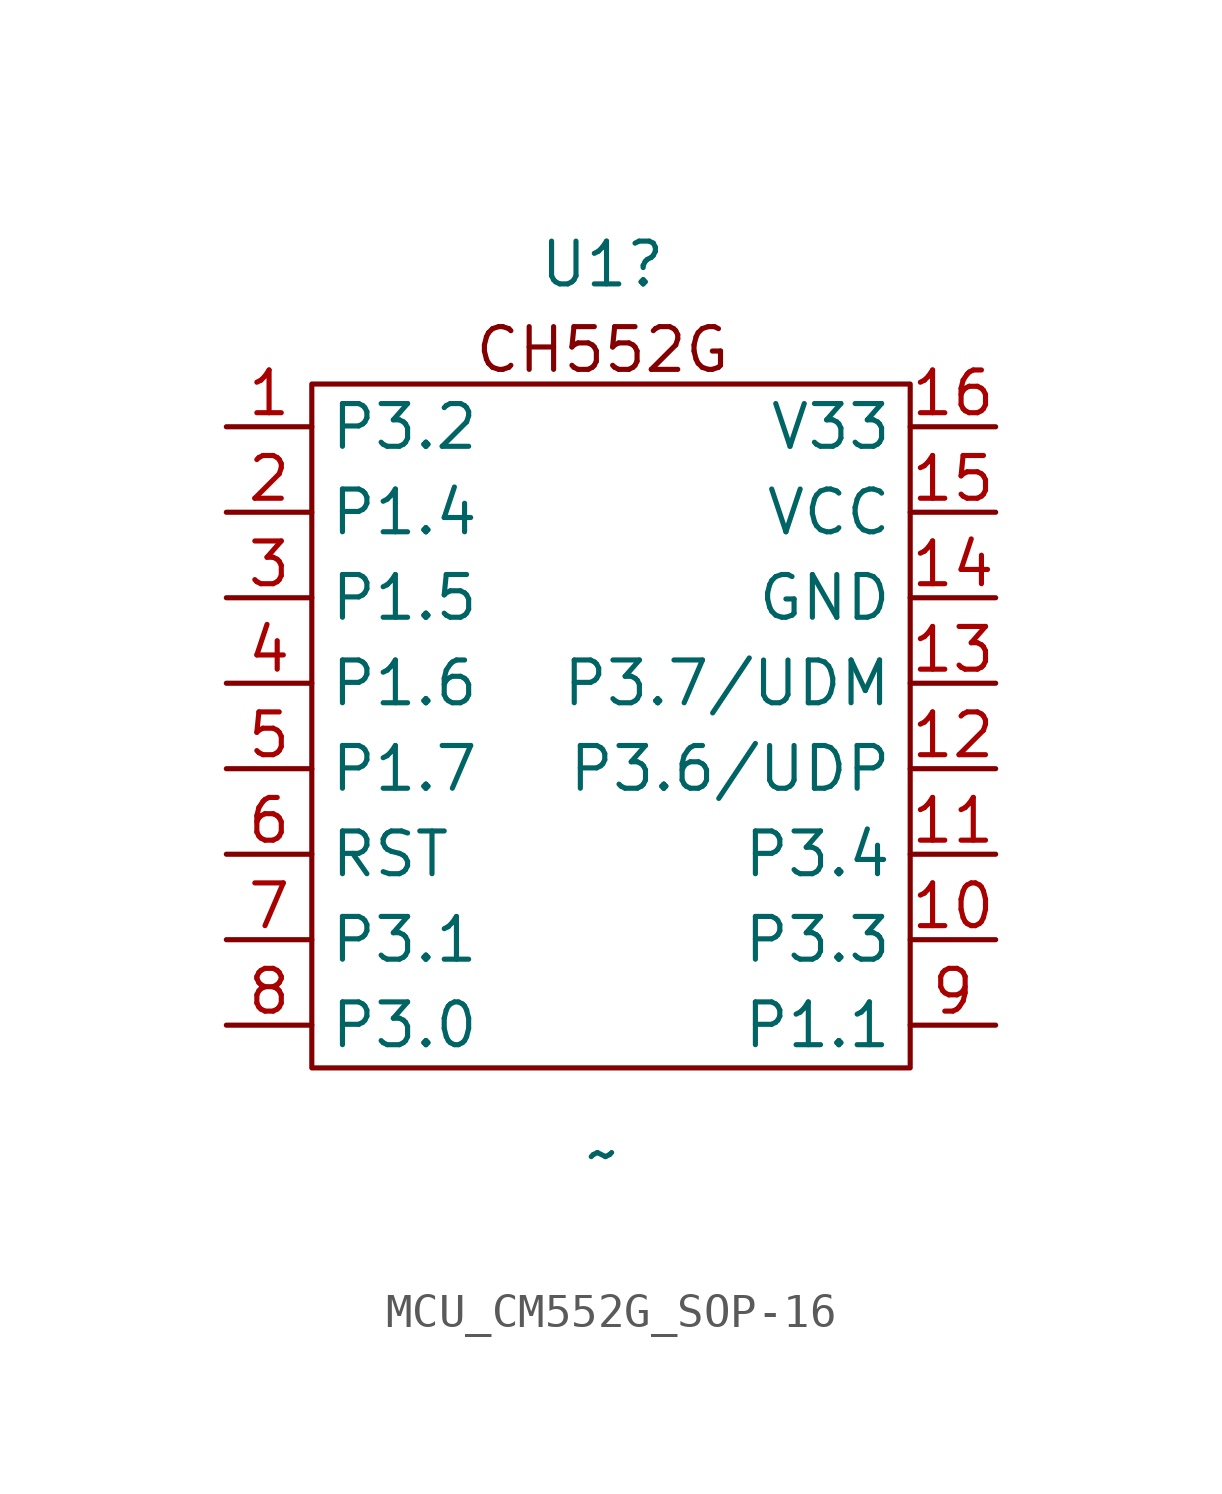
<source format=kicad_sym>
(kicad_symbol_lib
  (version 20220914)
  (generator kicad_symbol_editor)
  (symbol "MCU_CM552G_SOP-16"
    (property "Reference" "U1"
      (at 0 13.716 0)
      (effects (font (size 1.27 1.27))))
    (property "Value" "~"
      (at 0 -12.7 0)
      (effects (font (size 1.27 1.27))))
    (symbol "MCU_CM552G_SOP-16_0_1"
      (rectangle (start -8.636 10.16) (end 9.144 -10.16) (stroke (width 0) (type default)) (fill (type none))))
    (symbol "MCU_CM552G_SOP-16_1_1"
      (text "CH552G\n" (at 0 11.176 0) (effects (font (size 1.27 1.27))))
      (pin input line (at -11.176 8.89 0) (length 2.54) (name "P3.2" (effects (font (size 1.27 1.27)))) (number "1" (effects (font (size 1.27 1.27)))))
      (pin input line (at 11.684 -6.35 180) (length 2.54) (name "P3.3" (effects (font (size 1.27 1.27)))) (number "10" (effects (font (size 1.27 1.27)))))
      (pin input line (at 11.684 -3.81 180) (length 2.54) (name "P3.4" (effects (font (size 1.27 1.27)))) (number "11" (effects (font (size 1.27 1.27)))))
      (pin input line (at 11.684 -1.27 180) (length 2.54) (name "P3.6/UDP" (effects (font (size 1.27 1.27)))) (number "12" (effects (font (size 1.27 1.27)))))
      (pin input line (at 11.684 1.27 180) (length 2.54) (name "P3.7/UDM" (effects (font (size 1.27 1.27)))) (number "13" (effects (font (size 1.27 1.27)))))
      (pin input line (at 11.684 3.81 180) (length 2.54) (name "GND" (effects (font (size 1.27 1.27)))) (number "14" (effects (font (size 1.27 1.27)))))
      (pin input line (at 11.684 6.35 180) (length 2.54) (name "VCC" (effects (font (size 1.27 1.27)))) (number "15" (effects (font (size 1.27 1.27)))))
      (pin input line (at 11.684 8.89 180) (length 2.54) (name "V33" (effects (font (size 1.27 1.27)))) (number "16" (effects (font (size 1.27 1.27)))))
      (pin input line (at -11.176 6.35 0) (length 2.54) (name "P1.4" (effects (font (size 1.27 1.27)))) (number "2" (effects (font (size 1.27 1.27)))))
      (pin input line (at -11.176 3.81 0) (length 2.54) (name "P1.5" (effects (font (size 1.27 1.27)))) (number "3" (effects (font (size 1.27 1.27)))))
      (pin input line (at -11.176 1.27 0) (length 2.54) (name "P1.6" (effects (font (size 1.27 1.27)))) (number "4" (effects (font (size 1.27 1.27)))))
      (pin input line (at -11.176 -1.27 0) (length 2.54) (name "P1.7" (effects (font (size 1.27 1.27)))) (number "5" (effects (font (size 1.27 1.27)))))
      (pin input line (at -11.176 -3.81 0) (length 2.54) (name "RST" (effects (font (size 1.27 1.27)))) (number "6" (effects (font (size 1.27 1.27)))))
      (pin input line (at -11.176 -6.35 0) (length 2.54) (name "P3.1" (effects (font (size 1.27 1.27)))) (number "7" (effects (font (size 1.27 1.27)))))
      (pin input line (at -11.176 -8.89 0) (length 2.54) (name "P3.0" (effects (font (size 1.27 1.27)))) (number "8" (effects (font (size 1.27 1.27)))))
      (pin input line (at 11.684 -8.89 180) (length 2.54) (name "P1.1" (effects (font (size 1.27 1.27)))) (number "9" (effects (font (size 1.27 1.27))))))))
</source>
